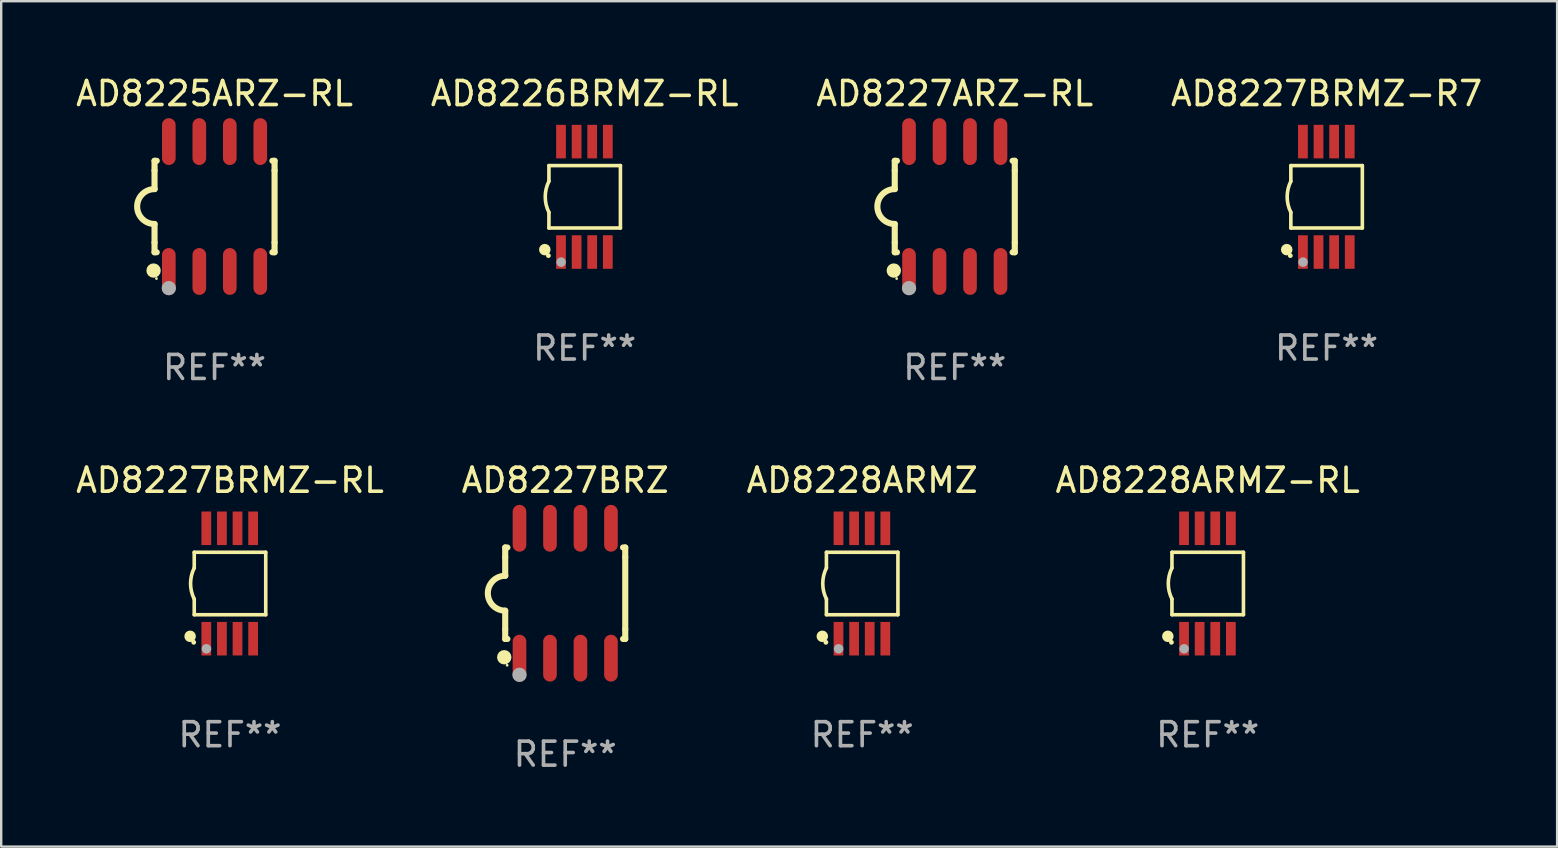
<source format=kicad_pcb>
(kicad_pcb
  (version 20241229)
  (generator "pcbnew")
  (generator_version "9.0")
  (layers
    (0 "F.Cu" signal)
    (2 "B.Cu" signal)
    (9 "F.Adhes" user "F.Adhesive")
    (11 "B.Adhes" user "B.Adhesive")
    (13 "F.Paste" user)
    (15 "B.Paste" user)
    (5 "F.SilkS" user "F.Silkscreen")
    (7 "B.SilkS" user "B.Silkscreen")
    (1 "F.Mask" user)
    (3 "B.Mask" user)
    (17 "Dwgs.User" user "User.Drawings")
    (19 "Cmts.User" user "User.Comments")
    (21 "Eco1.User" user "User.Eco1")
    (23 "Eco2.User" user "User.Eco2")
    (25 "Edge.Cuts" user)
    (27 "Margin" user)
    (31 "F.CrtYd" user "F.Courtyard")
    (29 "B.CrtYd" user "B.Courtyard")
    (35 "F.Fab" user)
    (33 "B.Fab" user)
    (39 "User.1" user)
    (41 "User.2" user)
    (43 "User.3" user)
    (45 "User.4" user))
  (footprint "AD8227BRMZ-RL"
    (layer "F.Cu")
    (at 6.53 21.255)
    (property "Reference" "AD8227BRMZ-RL" (at 0 -4.3 0) (layer "F.SilkS") (effects (font (size 1 1) (thickness 0.15))))
    (attr through_hole)
    (fp_line (start -1.489 -1.3) (end -1.489 -0.648) (stroke (width 0.15) (type solid)) (layer "F.SilkS"))
    (fp_line (start -1.489 0.648) (end -1.489 1.3) (stroke (width 0.15) (type solid)) (layer "F.SilkS"))
    (fp_line (start -1.489 1.3) (end 1.489 1.3) (stroke (width 0.15) (type solid)) (layer "F.SilkS"))
    (fp_line (start 1.489 -1.3) (end -1.489 -1.3) (stroke (width 0.15) (type solid)) (layer "F.SilkS"))
    (fp_line (start 1.489 1.3) (end 1.489 -1.3) (stroke (width 0.15) (type solid)) (layer "F.SilkS"))
    (fp_arc (start -1.489205 0.647702) (mid -1.642107 0) (end -1.489205 -0.647701) (stroke (width 0.150013) (type solid)) (layer "F.SilkS"))
    (fp_circle (center -1.661 2.2) (end -1.541 2.2) (stroke (width 0.24) (type solid)) (fill no) (layer "F.SilkS"))
    (fp_circle (center -1.511 2.45) (end -1.461 2.45) (stroke (width 0.1) (type solid)) (fill no) (layer "F.SilkS"))
    (fp_circle (center -0.981 2.72) (end -0.881 2.72) (stroke (width 0.2) (type solid)) (fill no) (layer "F.Fab"))
    (fp_text user "REF**" (at 0 6.3 0) (layer "F.Fab") (effects (font (size 1 1) (thickness 0.15))))
    (pad "1" smd rect (at -0.986 2.3) (size 0.406 1.397) (layers "F.Cu" "F.Mask" "F.Paste"))
    (pad "2" smd rect (at -0.336 2.3) (size 0.406 1.397) (layers "F.Cu" "F.Mask" "F.Paste"))
    (pad "3" smd rect (at 0.314 2.3) (size 0.406 1.397) (layers "F.Cu" "F.Mask" "F.Paste"))
    (pad "4" smd rect (at 0.964 2.3) (size 0.406 1.397) (layers "F.Cu" "F.Mask" "F.Paste"))
    (pad "5" smd rect (at 0.964 -2.3) (size 0.406 1.397) (layers "F.Cu" "F.Mask" "F.Paste"))
    (pad "6" smd rect (at 0.314 -2.3) (size 0.406 1.397) (layers "F.Cu" "F.Mask" "F.Paste"))
    (pad "7" smd rect (at -0.336 -2.3) (size 0.406 1.397) (layers "F.Cu" "F.Mask" "F.Paste"))
    (pad "8" smd rect (at -0.986 -2.3) (size 0.406 1.397) (layers "F.Cu" "F.Mask" "F.Paste")))
  (footprint "AD8228ARMZ"
    (layer "F.Cu")
    (at 32.863 21.255)
    (property "Reference" "AD8228ARMZ" (at 0 -4.3 0) (layer "F.SilkS") (effects (font (size 1 1) (thickness 0.15))))
    (attr through_hole)
    (fp_line (start -1.489 -1.3) (end -1.489 -0.648) (stroke (width 0.15) (type solid)) (layer "F.SilkS"))
    (fp_line (start -1.489 0.648) (end -1.489 1.3) (stroke (width 0.15) (type solid)) (layer "F.SilkS"))
    (fp_line (start -1.489 1.3) (end 1.489 1.3) (stroke (width 0.15) (type solid)) (layer "F.SilkS"))
    (fp_line (start 1.489 -1.3) (end -1.489 -1.3) (stroke (width 0.15) (type solid)) (layer "F.SilkS"))
    (fp_line (start 1.489 1.3) (end 1.489 -1.3) (stroke (width 0.15) (type solid)) (layer "F.SilkS"))
    (fp_arc (start -1.489205 0.647702) (mid -1.642107 0) (end -1.489205 -0.647701) (stroke (width 0.150013) (type solid)) (layer "F.SilkS"))
    (fp_circle (center -1.661 2.2) (end -1.541 2.2) (stroke (width 0.24) (type solid)) (fill no) (layer "F.SilkS"))
    (fp_circle (center -1.511 2.45) (end -1.461 2.45) (stroke (width 0.1) (type solid)) (fill no) (layer "F.SilkS"))
    (fp_circle (center -0.981 2.72) (end -0.881 2.72) (stroke (width 0.2) (type solid)) (fill no) (layer "F.Fab"))
    (fp_text user "REF**" (at 0 6.3 0) (layer "F.Fab") (effects (font (size 1 1) (thickness 0.15))))
    (pad "1" smd rect (at -0.986 2.3) (size 0.406 1.397) (layers "F.Cu" "F.Mask" "F.Paste"))
    (pad "2" smd rect (at -0.336 2.3) (size 0.406 1.397) (layers "F.Cu" "F.Mask" "F.Paste"))
    (pad "3" smd rect (at 0.314 2.3) (size 0.406 1.397) (layers "F.Cu" "F.Mask" "F.Paste"))
    (pad "4" smd rect (at 0.964 2.3) (size 0.406 1.397) (layers "F.Cu" "F.Mask" "F.Paste"))
    (pad "5" smd rect (at 0.964 -2.3) (size 0.406 1.397) (layers "F.Cu" "F.Mask" "F.Paste"))
    (pad "6" smd rect (at 0.314 -2.3) (size 0.406 1.397) (layers "F.Cu" "F.Mask" "F.Paste"))
    (pad "7" smd rect (at -0.336 -2.3) (size 0.406 1.397) (layers "F.Cu" "F.Mask" "F.Paste"))
    (pad "8" smd rect (at -0.986 -2.3) (size 0.406 1.397) (layers "F.Cu" "F.Mask" "F.Paste")))
  (footprint "AD8227ARZ-RL"
    (layer "F.Cu")
    (at 36.72 5.553)
    (property "Reference" "AD8227ARZ-RL" (at 0 -4.705 0) (layer "F.SilkS") (effects (font (size 1 1) (thickness 0.15))))
    (attr through_hole)
    (fp_line (start -2.5 -1.905) (end -2.409 -1.905) (stroke (width 0.254) (type solid)) (layer "F.SilkS"))
    (fp_line (start -2.5 -1.5) (end -2.5 -1.905) (stroke (width 0.254) (type solid)) (layer "F.SilkS"))
    (fp_line (start -2.5 -1.5) (end -2.5 -0.726) (stroke (width 0.254) (type solid)) (layer "F.SilkS"))
    (fp_line (start -2.5 1.5) (end -2.5 0.727) (stroke (width 0.254) (type solid)) (layer "F.SilkS"))
    (fp_line (start -2.5 1.5) (end -2.5 1.905) (stroke (width 0.254) (type solid)) (layer "F.SilkS"))
    (fp_line (start -2.5 1.905) (end -2.409 1.905) (stroke (width 0.254) (type solid)) (layer "F.SilkS"))
    (fp_line (start 2.5 -1.905) (end 2.409 -1.905) (stroke (width 0.254) (type solid)) (layer "F.SilkS"))
    (fp_line (start 2.5 -1.5) (end 2.5 -1.905) (stroke (width 0.254) (type solid)) (layer "F.SilkS"))
    (fp_line (start 2.5 -1.5) (end 2.5 1.5) (stroke (width 0.254) (type solid)) (layer "F.SilkS"))
    (fp_line (start 2.5 1.5) (end 2.5 1.905) (stroke (width 0.254) (type solid)) (layer "F.SilkS"))
    (fp_line (start 2.5 1.905) (end 2.409 1.905) (stroke (width 0.254) (type solid)) (layer "F.SilkS"))
    (fp_arc (start -2.5 0.726568) (mid -3.220316 -0.0023) (end -2.495097 -0.726289) (stroke (width 0.254001) (type solid)) (layer "F.SilkS"))
    (fp_circle (center -2.54 2.667) (end -2.39 2.667) (stroke (width 0.3) (type solid)) (fill no) (layer "F.SilkS"))
    (fp_circle (center -2.42 3) (end -2.39 3) (stroke (width 0.06) (type solid)) (fill no) (layer "F.SilkS"))
    (fp_circle (center -1.905 3.4) (end -1.755 3.4) (stroke (width 0.3) (type solid)) (fill no) (layer "F.Fab"))
    (fp_text user "REF**" (at 0 6.705 0) (layer "F.Fab") (effects (font (size 1 1) (thickness 0.15))))
    (pad "1" smd oval (at -1.905 2.705) (size 0.568 1.95) (layers "F.Cu" "F.Mask" "F.Paste"))
    (pad "2" smd oval (at -0.635 2.705) (size 0.568 1.95) (layers "F.Cu" "F.Mask" "F.Paste"))
    (pad "3" smd oval (at 0.635 2.705) (size 0.568 1.95) (layers "F.Cu" "F.Mask" "F.Paste"))
    (pad "4" smd oval (at 1.905 2.705) (size 0.568 1.95) (layers "F.Cu" "F.Mask" "F.Paste"))
    (pad "5" smd oval (at 1.905 -2.705) (size 0.568 1.95) (layers "F.Cu" "F.Mask" "F.Paste"))
    (pad "6" smd oval (at 0.635 -2.705) (size 0.568 1.95) (layers "F.Cu" "F.Mask" "F.Paste"))
    (pad "7" smd oval (at -0.635 -2.705) (size 0.568 1.95) (layers "F.Cu" "F.Mask" "F.Paste"))
    (pad "8" smd oval (at -1.905 -2.705) (size 0.568 1.95) (layers "F.Cu" "F.Mask" "F.Paste")))
  (footprint "AD8225ARZ-RL"
    (layer "F.Cu")
    (at 5.887 5.553)
    (property "Reference" "AD8225ARZ-RL" (at 0 -4.705 0) (layer "F.SilkS") (effects (font (size 1 1) (thickness 0.15))))
    (attr through_hole)
    (fp_line (start -2.5 -1.905) (end -2.409 -1.905) (stroke (width 0.254) (type solid)) (layer "F.SilkS"))
    (fp_line (start -2.5 -1.5) (end -2.5 -1.905) (stroke (width 0.254) (type solid)) (layer "F.SilkS"))
    (fp_line (start -2.5 -1.5) (end -2.5 -0.726) (stroke (width 0.254) (type solid)) (layer "F.SilkS"))
    (fp_line (start -2.5 1.5) (end -2.5 0.727) (stroke (width 0.254) (type solid)) (layer "F.SilkS"))
    (fp_line (start -2.5 1.5) (end -2.5 1.905) (stroke (width 0.254) (type solid)) (layer "F.SilkS"))
    (fp_line (start -2.5 1.905) (end -2.409 1.905) (stroke (width 0.254) (type solid)) (layer "F.SilkS"))
    (fp_line (start 2.5 -1.905) (end 2.409 -1.905) (stroke (width 0.254) (type solid)) (layer "F.SilkS"))
    (fp_line (start 2.5 -1.5) (end 2.5 -1.905) (stroke (width 0.254) (type solid)) (layer "F.SilkS"))
    (fp_line (start 2.5 -1.5) (end 2.5 1.5) (stroke (width 0.254) (type solid)) (layer "F.SilkS"))
    (fp_line (start 2.5 1.5) (end 2.5 1.905) (stroke (width 0.254) (type solid)) (layer "F.SilkS"))
    (fp_line (start 2.5 1.905) (end 2.409 1.905) (stroke (width 0.254) (type solid)) (layer "F.SilkS"))
    (fp_arc (start -2.5 0.726568) (mid -3.220316 -0.0023) (end -2.495097 -0.726289) (stroke (width 0.254001) (type solid)) (layer "F.SilkS"))
    (fp_circle (center -2.54 2.667) (end -2.39 2.667) (stroke (width 0.3) (type solid)) (fill no) (layer "F.SilkS"))
    (fp_circle (center -2.42 3) (end -2.39 3) (stroke (width 0.06) (type solid)) (fill no) (layer "F.SilkS"))
    (fp_circle (center -1.905 3.4) (end -1.755 3.4) (stroke (width 0.3) (type solid)) (fill no) (layer "F.Fab"))
    (fp_text user "REF**" (at 0 6.705 0) (layer "F.Fab") (effects (font (size 1 1) (thickness 0.15))))
    (pad "1" smd oval (at -1.905 2.705) (size 0.568 1.95) (layers "F.Cu" "F.Mask" "F.Paste"))
    (pad "2" smd oval (at -0.635 2.705) (size 0.568 1.95) (layers "F.Cu" "F.Mask" "F.Paste"))
    (pad "3" smd oval (at 0.635 2.705) (size 0.568 1.95) (layers "F.Cu" "F.Mask" "F.Paste"))
    (pad "4" smd oval (at 1.905 2.705) (size 0.568 1.95) (layers "F.Cu" "F.Mask" "F.Paste"))
    (pad "5" smd oval (at 1.905 -2.705) (size 0.568 1.95) (layers "F.Cu" "F.Mask" "F.Paste"))
    (pad "6" smd oval (at 0.635 -2.705) (size 0.568 1.95) (layers "F.Cu" "F.Mask" "F.Paste"))
    (pad "7" smd oval (at -0.635 -2.705) (size 0.568 1.95) (layers "F.Cu" "F.Mask" "F.Paste"))
    (pad "8" smd oval (at -1.905 -2.705) (size 0.568 1.95) (layers "F.Cu" "F.Mask" "F.Paste")))
  (footprint "AD8227BRZ"
    (layer "F.Cu")
    (at 20.494 21.66)
    (property "Reference" "AD8227BRZ" (at 0 -4.705 0) (layer "F.SilkS") (effects (font (size 1 1) (thickness 0.15))))
    (attr through_hole)
    (fp_line (start -2.5 -1.905) (end -2.409 -1.905) (stroke (width 0.254) (type solid)) (layer "F.SilkS"))
    (fp_line (start -2.5 -1.5) (end -2.5 -1.905) (stroke (width 0.254) (type solid)) (layer "F.SilkS"))
    (fp_line (start -2.5 -1.5) (end -2.5 -0.726) (stroke (width 0.254) (type solid)) (layer "F.SilkS"))
    (fp_line (start -2.5 1.5) (end -2.5 0.727) (stroke (width 0.254) (type solid)) (layer "F.SilkS"))
    (fp_line (start -2.5 1.5) (end -2.5 1.905) (stroke (width 0.254) (type solid)) (layer "F.SilkS"))
    (fp_line (start -2.5 1.905) (end -2.409 1.905) (stroke (width 0.254) (type solid)) (layer "F.SilkS"))
    (fp_line (start 2.5 -1.905) (end 2.409 -1.905) (stroke (width 0.254) (type solid)) (layer "F.SilkS"))
    (fp_line (start 2.5 -1.5) (end 2.5 -1.905) (stroke (width 0.254) (type solid)) (layer "F.SilkS"))
    (fp_line (start 2.5 -1.5) (end 2.5 1.5) (stroke (width 0.254) (type solid)) (layer "F.SilkS"))
    (fp_line (start 2.5 1.5) (end 2.5 1.905) (stroke (width 0.254) (type solid)) (layer "F.SilkS"))
    (fp_line (start 2.5 1.905) (end 2.409 1.905) (stroke (width 0.254) (type solid)) (layer "F.SilkS"))
    (fp_arc (start -2.5 0.726568) (mid -3.220316 -0.0023) (end -2.495097 -0.726289) (stroke (width 0.254001) (type solid)) (layer "F.SilkS"))
    (fp_circle (center -2.54 2.667) (end -2.39 2.667) (stroke (width 0.3) (type solid)) (fill no) (layer "F.SilkS"))
    (fp_circle (center -2.42 3) (end -2.39 3) (stroke (width 0.06) (type solid)) (fill no) (layer "F.SilkS"))
    (fp_circle (center -1.905 3.4) (end -1.755 3.4) (stroke (width 0.3) (type solid)) (fill no) (layer "F.Fab"))
    (fp_text user "REF**" (at 0 6.705 0) (layer "F.Fab") (effects (font (size 1 1) (thickness 0.15))))
    (pad "1" smd oval (at -1.905 2.705) (size 0.568 1.95) (layers "F.Cu" "F.Mask" "F.Paste"))
    (pad "2" smd oval (at -0.635 2.705) (size 0.568 1.95) (layers "F.Cu" "F.Mask" "F.Paste"))
    (pad "3" smd oval (at 0.635 2.705) (size 0.568 1.95) (layers "F.Cu" "F.Mask" "F.Paste"))
    (pad "4" smd oval (at 1.905 2.705) (size 0.568 1.95) (layers "F.Cu" "F.Mask" "F.Paste"))
    (pad "5" smd oval (at 1.905 -2.705) (size 0.568 1.95) (layers "F.Cu" "F.Mask" "F.Paste"))
    (pad "6" smd oval (at 0.635 -2.705) (size 0.568 1.95) (layers "F.Cu" "F.Mask" "F.Paste"))
    (pad "7" smd oval (at -0.635 -2.705) (size 0.568 1.95) (layers "F.Cu" "F.Mask" "F.Paste"))
    (pad "8" smd oval (at -1.905 -2.705) (size 0.568 1.95) (layers "F.Cu" "F.Mask" "F.Paste")))
  (footprint "AD8228ARMZ-RL"
    (layer "F.Cu")
    (at 47.256 21.255)
    (property "Reference" "AD8228ARMZ-RL" (at 0 -4.3 0) (layer "F.SilkS") (effects (font (size 1 1) (thickness 0.15))))
    (attr through_hole)
    (fp_line (start -1.489 -1.3) (end -1.489 -0.648) (stroke (width 0.15) (type solid)) (layer "F.SilkS"))
    (fp_line (start -1.489 0.648) (end -1.489 1.3) (stroke (width 0.15) (type solid)) (layer "F.SilkS"))
    (fp_line (start -1.489 1.3) (end 1.489 1.3) (stroke (width 0.15) (type solid)) (layer "F.SilkS"))
    (fp_line (start 1.489 -1.3) (end -1.489 -1.3) (stroke (width 0.15) (type solid)) (layer "F.SilkS"))
    (fp_line (start 1.489 1.3) (end 1.489 -1.3) (stroke (width 0.15) (type solid)) (layer "F.SilkS"))
    (fp_arc (start -1.489205 0.647702) (mid -1.642107 0) (end -1.489205 -0.647701) (stroke (width 0.150013) (type solid)) (layer "F.SilkS"))
    (fp_circle (center -1.661 2.2) (end -1.541 2.2) (stroke (width 0.24) (type solid)) (fill no) (layer "F.SilkS"))
    (fp_circle (center -1.511 2.45) (end -1.461 2.45) (stroke (width 0.1) (type solid)) (fill no) (layer "F.SilkS"))
    (fp_circle (center -0.981 2.72) (end -0.881 2.72) (stroke (width 0.2) (type solid)) (fill no) (layer "F.Fab"))
    (fp_text user "REF**" (at 0 6.3 0) (layer "F.Fab") (effects (font (size 1 1) (thickness 0.15))))
    (pad "1" smd rect (at -0.986 2.3) (size 0.406 1.397) (layers "F.Cu" "F.Mask" "F.Paste"))
    (pad "2" smd rect (at -0.336 2.3) (size 0.406 1.397) (layers "F.Cu" "F.Mask" "F.Paste"))
    (pad "3" smd rect (at 0.314 2.3) (size 0.406 1.397) (layers "F.Cu" "F.Mask" "F.Paste"))
    (pad "4" smd rect (at 0.964 2.3) (size 0.406 1.397) (layers "F.Cu" "F.Mask" "F.Paste"))
    (pad "5" smd rect (at 0.964 -2.3) (size 0.406 1.397) (layers "F.Cu" "F.Mask" "F.Paste"))
    (pad "6" smd rect (at 0.314 -2.3) (size 0.406 1.397) (layers "F.Cu" "F.Mask" "F.Paste"))
    (pad "7" smd rect (at -0.336 -2.3) (size 0.406 1.397) (layers "F.Cu" "F.Mask" "F.Paste"))
    (pad "8" smd rect (at -0.986 -2.3) (size 0.406 1.397) (layers "F.Cu" "F.Mask" "F.Paste")))
  (footprint "AD8226BRMZ-RL"
    (layer "F.Cu")
    (at 21.304 5.148)
    (property "Reference" "AD8226BRMZ-RL" (at 0 -4.3 0) (layer "F.SilkS") (effects (font (size 1 1) (thickness 0.15))))
    (attr through_hole)
    (fp_line (start -1.489 -1.3) (end -1.489 -0.648) (stroke (width 0.15) (type solid)) (layer "F.SilkS"))
    (fp_line (start -1.489 0.648) (end -1.489 1.3) (stroke (width 0.15) (type solid)) (layer "F.SilkS"))
    (fp_line (start -1.489 1.3) (end 1.489 1.3) (stroke (width 0.15) (type solid)) (layer "F.SilkS"))
    (fp_line (start 1.489 -1.3) (end -1.489 -1.3) (stroke (width 0.15) (type solid)) (layer "F.SilkS"))
    (fp_line (start 1.489 1.3) (end 1.489 -1.3) (stroke (width 0.15) (type solid)) (layer "F.SilkS"))
    (fp_arc (start -1.489205 0.647702) (mid -1.642107 0) (end -1.489205 -0.647701) (stroke (width 0.150013) (type solid)) (layer "F.SilkS"))
    (fp_circle (center -1.661 2.2) (end -1.541 2.2) (stroke (width 0.24) (type solid)) (fill no) (layer "F.SilkS"))
    (fp_circle (center -1.511 2.45) (end -1.461 2.45) (stroke (width 0.1) (type solid)) (fill no) (layer "F.SilkS"))
    (fp_circle (center -0.981 2.72) (end -0.881 2.72) (stroke (width 0.2) (type solid)) (fill no) (layer "F.Fab"))
    (fp_text user "REF**" (at 0 6.3 0) (layer "F.Fab") (effects (font (size 1 1) (thickness 0.15))))
    (pad "1" smd rect (at -0.986 2.3) (size 0.406 1.397) (layers "F.Cu" "F.Mask" "F.Paste"))
    (pad "2" smd rect (at -0.336 2.3) (size 0.406 1.397) (layers "F.Cu" "F.Mask" "F.Paste"))
    (pad "3" smd rect (at 0.314 2.3) (size 0.406 1.397) (layers "F.Cu" "F.Mask" "F.Paste"))
    (pad "4" smd rect (at 0.964 2.3) (size 0.406 1.397) (layers "F.Cu" "F.Mask" "F.Paste"))
    (pad "5" smd rect (at 0.964 -2.3) (size 0.406 1.397) (layers "F.Cu" "F.Mask" "F.Paste"))
    (pad "6" smd rect (at 0.314 -2.3) (size 0.406 1.397) (layers "F.Cu" "F.Mask" "F.Paste"))
    (pad "7" smd rect (at -0.336 -2.3) (size 0.406 1.397) (layers "F.Cu" "F.Mask" "F.Paste"))
    (pad "8" smd rect (at -0.986 -2.3) (size 0.406 1.397) (layers "F.Cu" "F.Mask" "F.Paste")))
  (footprint "AD8227BRMZ-R7"
    (layer "F.Cu")
    (at 52.208 5.148)
    (property "Reference" "AD8227BRMZ-R7" (at 0 -4.3 0) (layer "F.SilkS") (effects (font (size 1 1) (thickness 0.15))))
    (attr through_hole)
    (fp_line (start -1.489 -1.3) (end -1.489 -0.648) (stroke (width 0.15) (type solid)) (layer "F.SilkS"))
    (fp_line (start -1.489 0.648) (end -1.489 1.3) (stroke (width 0.15) (type solid)) (layer "F.SilkS"))
    (fp_line (start -1.489 1.3) (end 1.489 1.3) (stroke (width 0.15) (type solid)) (layer "F.SilkS"))
    (fp_line (start 1.489 -1.3) (end -1.489 -1.3) (stroke (width 0.15) (type solid)) (layer "F.SilkS"))
    (fp_line (start 1.489 1.3) (end 1.489 -1.3) (stroke (width 0.15) (type solid)) (layer "F.SilkS"))
    (fp_arc (start -1.489205 0.647702) (mid -1.642107 0) (end -1.489205 -0.647701) (stroke (width 0.150013) (type solid)) (layer "F.SilkS"))
    (fp_circle (center -1.661 2.2) (end -1.541 2.2) (stroke (width 0.24) (type solid)) (fill no) (layer "F.SilkS"))
    (fp_circle (center -1.511 2.45) (end -1.461 2.45) (stroke (width 0.1) (type solid)) (fill no) (layer "F.SilkS"))
    (fp_circle (center -0.981 2.72) (end -0.881 2.72) (stroke (width 0.2) (type solid)) (fill no) (layer "F.Fab"))
    (fp_text user "REF**" (at 0 6.3 0) (layer "F.Fab") (effects (font (size 1 1) (thickness 0.15))))
    (pad "1" smd rect (at -0.986 2.3) (size 0.406 1.397) (layers "F.Cu" "F.Mask" "F.Paste"))
    (pad "2" smd rect (at -0.336 2.3) (size 0.406 1.397) (layers "F.Cu" "F.Mask" "F.Paste"))
    (pad "3" smd rect (at 0.314 2.3) (size 0.406 1.397) (layers "F.Cu" "F.Mask" "F.Paste"))
    (pad "4" smd rect (at 0.964 2.3) (size 0.406 1.397) (layers "F.Cu" "F.Mask" "F.Paste"))
    (pad "5" smd rect (at 0.964 -2.3) (size 0.406 1.397) (layers "F.Cu" "F.Mask" "F.Paste"))
    (pad "6" smd rect (at 0.314 -2.3) (size 0.406 1.397) (layers "F.Cu" "F.Mask" "F.Paste"))
    (pad "7" smd rect (at -0.336 -2.3) (size 0.406 1.397) (layers "F.Cu" "F.Mask" "F.Paste"))
    (pad "8" smd rect (at -0.986 -2.3) (size 0.406 1.397) (layers "F.Cu" "F.Mask" "F.Paste")))
  (gr_rect
    (start -3 -3)
    (end 61.81 32.213)
    (stroke (width 0.1) (type default))
    (fill no)
    (layer "Edge.Cuts")))
</source>
